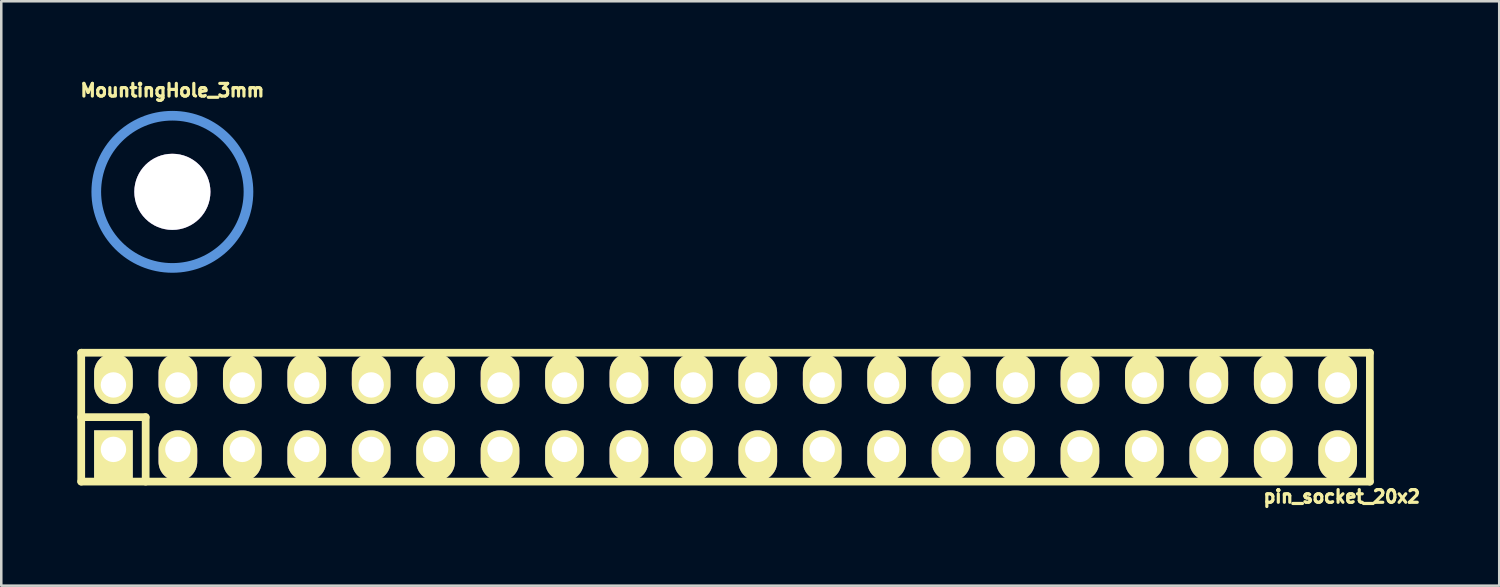
<source format=kicad_pcb>
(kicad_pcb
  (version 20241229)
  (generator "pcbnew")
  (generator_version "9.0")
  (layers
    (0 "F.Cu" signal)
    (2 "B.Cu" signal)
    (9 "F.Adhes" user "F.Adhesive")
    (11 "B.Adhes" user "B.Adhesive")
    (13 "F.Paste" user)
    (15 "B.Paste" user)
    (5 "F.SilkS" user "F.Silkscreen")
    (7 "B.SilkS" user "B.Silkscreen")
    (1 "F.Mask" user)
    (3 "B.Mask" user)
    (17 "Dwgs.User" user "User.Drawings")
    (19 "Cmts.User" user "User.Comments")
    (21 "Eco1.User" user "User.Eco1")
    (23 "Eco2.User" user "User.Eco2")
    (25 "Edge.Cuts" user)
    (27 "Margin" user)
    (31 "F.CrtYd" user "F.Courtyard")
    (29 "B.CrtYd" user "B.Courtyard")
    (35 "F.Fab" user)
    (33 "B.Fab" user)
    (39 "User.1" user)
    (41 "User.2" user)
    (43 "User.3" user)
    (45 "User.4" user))
  (footprint "pin_socket_20x2"
    (layer "F.Cu")
    (at 25.552 13.395)
    (property "Reference" "pin_socket_20x2" (at 24.29 3.13 0) (layer "F.SilkS") (effects (font (size 0.5 0.5) (thickness 0.125))))
    (attr through_hole)
    (fp_line (start -25.4 -2.54) (end -25.4 2.54) (stroke (width 0.305) (type solid)) (layer "F.SilkS"))
    (fp_line (start -25.4 -2.54) (end 25.4 -2.54) (stroke (width 0.305) (type solid)) (layer "F.SilkS"))
    (fp_line (start -25.4 0) (end -22.86 0) (stroke (width 0.305) (type solid)) (layer "F.SilkS"))
    (fp_line (start -22.86 0) (end -22.86 2.54) (stroke (width 0.305) (type solid)) (layer "F.SilkS"))
    (fp_line (start 25.4 2.54) (end -25.4 2.54) (stroke (width 0.305) (type solid)) (layer "F.SilkS"))
    (fp_line (start 25.4 2.54) (end 25.4 -2.54) (stroke (width 0.305) (type solid)) (layer "F.SilkS"))
    (pad "1" thru_hole rect (at -24.13 1.27) (size 1.524 1.999) (drill 1.001 (offset 0 0.249)) (layers "*.Cu" "*.Mask" "F.SilkS"))
    (pad "2" thru_hole oval (at -24.13 -1.27) (size 1.524 1.999) (drill 1.001 (offset 0 -0.249)) (layers "*.Cu" "*.Mask" "F.SilkS"))
    (pad "3" thru_hole oval (at -21.59 1.27) (size 1.524 1.999) (drill 1.001 (offset 0 0.249)) (layers "*.Cu" "*.Mask" "F.SilkS"))
    (pad "4" thru_hole oval (at -21.59 -1.27) (size 1.524 1.999) (drill 1.001 (offset 0 -0.249)) (layers "*.Cu" "*.Mask" "F.SilkS"))
    (pad "5" thru_hole oval (at -19.05 1.27) (size 1.524 1.999) (drill 1.001 (offset 0 0.249)) (layers "*.Cu" "*.Mask" "F.SilkS"))
    (pad "6" thru_hole oval (at -19.05 -1.27) (size 1.524 1.999) (drill 1.001 (offset 0 -0.249)) (layers "*.Cu" "*.Mask" "F.SilkS"))
    (pad "7" thru_hole oval (at -16.51 1.27) (size 1.524 1.999) (drill 1.001 (offset 0 0.249)) (layers "*.Cu" "*.Mask" "F.SilkS"))
    (pad "8" thru_hole oval (at -16.51 -1.27) (size 1.524 1.999) (drill 1.001 (offset 0 -0.249)) (layers "*.Cu" "*.Mask" "F.SilkS"))
    (pad "9" thru_hole oval (at -13.97 1.27) (size 1.524 1.999) (drill 1.001 (offset 0 0.249)) (layers "*.Cu" "*.Mask" "F.SilkS"))
    (pad "10" thru_hole oval (at -13.97 -1.27) (size 1.524 1.999) (drill 1.001 (offset 0 -0.249)) (layers "*.Cu" "*.Mask" "F.SilkS"))
    (pad "11" thru_hole oval (at -11.43 1.27) (size 1.524 1.999) (drill 1.001 (offset 0 0.249)) (layers "*.Cu" "*.Mask" "F.SilkS"))
    (pad "12" thru_hole oval (at -11.43 -1.27) (size 1.524 1.999) (drill 1.001 (offset 0 -0.249)) (layers "*.Cu" "*.Mask" "F.SilkS"))
    (pad "13" thru_hole oval (at -8.89 1.27) (size 1.524 1.999) (drill 1.001 (offset 0 0.249)) (layers "*.Cu" "*.Mask" "F.SilkS"))
    (pad "14" thru_hole oval (at -8.89 -1.27) (size 1.524 1.999) (drill 1.001 (offset 0 -0.249)) (layers "*.Cu" "*.Mask" "F.SilkS"))
    (pad "15" thru_hole oval (at -6.35 1.27) (size 1.524 1.999) (drill 1.001 (offset 0 0.249)) (layers "*.Cu" "*.Mask" "F.SilkS"))
    (pad "16" thru_hole oval (at -6.35 -1.27) (size 1.524 1.999) (drill 1.001 (offset 0 -0.249)) (layers "*.Cu" "*.Mask" "F.SilkS"))
    (pad "17" thru_hole oval (at -3.81 1.27) (size 1.524 1.999) (drill 1.001 (offset 0 0.249)) (layers "*.Cu" "*.Mask" "F.SilkS"))
    (pad "18" thru_hole oval (at -3.81 -1.27) (size 1.524 1.999) (drill 1.001 (offset 0 -0.249)) (layers "*.Cu" "*.Mask" "F.SilkS"))
    (pad "19" thru_hole oval (at -1.27 1.27) (size 1.524 1.999) (drill 1.001 (offset 0 0.249)) (layers "*.Cu" "*.Mask" "F.SilkS"))
    (pad "20" thru_hole oval (at -1.27 -1.27) (size 1.524 1.999) (drill 1.001 (offset 0 -0.249)) (layers "*.Cu" "*.Mask" "F.SilkS"))
    (pad "21" thru_hole oval (at 1.27 1.27) (size 1.524 1.999) (drill 1.001 (offset 0 0.249)) (layers "*.Cu" "*.Mask" "F.SilkS"))
    (pad "22" thru_hole oval (at 1.27 -1.27) (size 1.524 1.999) (drill 1.001 (offset 0 -0.249)) (layers "*.Cu" "*.Mask" "F.SilkS"))
    (pad "23" thru_hole oval (at 3.81 1.27) (size 1.524 1.999) (drill 1.001 (offset 0 0.249)) (layers "*.Cu" "*.Mask" "F.SilkS"))
    (pad "24" thru_hole oval (at 3.81 -1.27) (size 1.524 1.999) (drill 1.001 (offset 0 -0.249)) (layers "*.Cu" "*.Mask" "F.SilkS"))
    (pad "25" thru_hole oval (at 6.35 1.27) (size 1.524 1.999) (drill 1.001 (offset 0 0.249)) (layers "*.Cu" "*.Mask" "F.SilkS"))
    (pad "26" thru_hole oval (at 6.35 -1.27) (size 1.524 1.999) (drill 1.001 (offset 0 -0.249)) (layers "*.Cu" "*.Mask" "F.SilkS"))
    (pad "27" thru_hole oval (at 8.89 1.27) (size 1.524 1.999) (drill 1.001 (offset 0 0.249)) (layers "*.Cu" "*.Mask" "F.SilkS"))
    (pad "28" thru_hole oval (at 8.89 -1.27) (size 1.524 1.999) (drill 1.001 (offset 0 -0.249)) (layers "*.Cu" "*.Mask" "F.SilkS"))
    (pad "29" thru_hole oval (at 11.43 1.27) (size 1.524 1.999) (drill 1.001 (offset 0 0.249)) (layers "*.Cu" "*.Mask" "F.SilkS"))
    (pad "30" thru_hole oval (at 11.43 -1.27) (size 1.524 1.999) (drill 1.001 (offset 0 -0.249)) (layers "*.Cu" "*.Mask" "F.SilkS"))
    (pad "31" thru_hole oval (at 13.97 1.27) (size 1.524 1.999) (drill 1.001 (offset 0 0.249)) (layers "*.Cu" "*.Mask" "F.SilkS"))
    (pad "32" thru_hole oval (at 13.97 -1.27) (size 1.524 1.999) (drill 1.001 (offset 0 -0.249)) (layers "*.Cu" "*.Mask" "F.SilkS"))
    (pad "33" thru_hole oval (at 16.51 1.27) (size 1.524 1.999) (drill 1.001 (offset 0 0.249)) (layers "*.Cu" "*.Mask" "F.SilkS"))
    (pad "34" thru_hole oval (at 16.51 -1.27) (size 1.524 1.999) (drill 1.001 (offset 0 -0.249)) (layers "*.Cu" "*.Mask" "F.SilkS"))
    (pad "35" thru_hole oval (at 19.05 1.27) (size 1.524 1.999) (drill 1.001 (offset 0 0.249)) (layers "*.Cu" "*.Mask" "F.SilkS"))
    (pad "36" thru_hole oval (at 19.05 -1.27) (size 1.524 1.999) (drill 1.001 (offset 0 -0.249)) (layers "*.Cu" "*.Mask" "F.SilkS"))
    (pad "37" thru_hole oval (at 21.59 1.27) (size 1.524 1.999) (drill 1.001 (offset 0 0.249)) (layers "*.Cu" "*.Mask" "F.SilkS"))
    (pad "38" thru_hole oval (at 21.59 -1.27) (size 1.524 1.999) (drill 1.001 (offset 0 -0.249)) (layers "*.Cu" "*.Mask" "F.SilkS"))
    (pad "39" thru_hole oval (at 24.13 1.27) (size 1.524 1.999) (drill 1.001 (offset 0 0.249)) (layers "*.Cu" "*.Mask" "F.SilkS"))
    (pad "40" thru_hole oval (at 24.13 -1.27) (size 1.524 1.999) (drill 1.001 (offset 0 -0.249)) (layers "*.Cu" "*.Mask" "F.SilkS")))
  (footprint "MountingHole_3mm"
    (layer "F.Cu")
    (at 3.745 4.512)
    (property "Reference" "MountingHole_3mm" (at 0 -4 0) (layer "F.SilkS") (effects (font (size 0.5 0.5) (thickness 0.125))))
    (attr through_hole)
    (fp_circle (center 0 0) (end 3 0) (stroke (width 0.381) (type solid)) (fill no) (layer "Cmts.User"))
    (pad "" thru_hole circle (at 0 0) (size 3 3) (drill 3) (layers)))
  (gr_rect
    (start -3 -3)
    (end 56.051 20.037)
    (stroke (width 0.1) (type default))
    (fill no)
    (layer "Edge.Cuts")))
</source>
